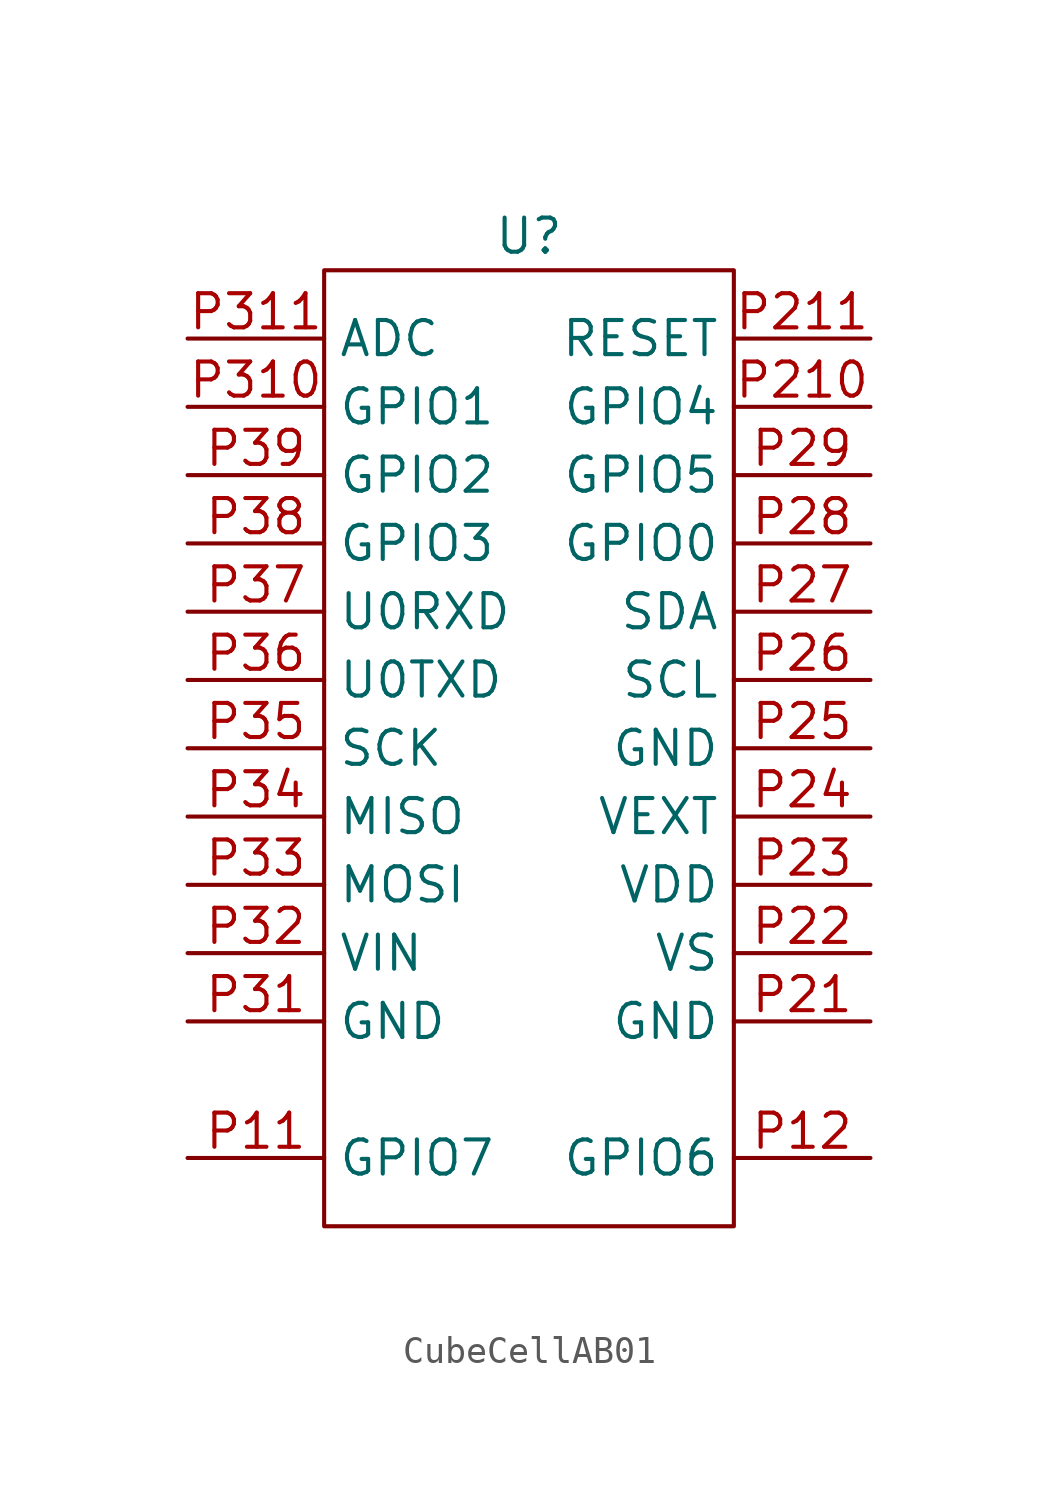
<source format=kicad_sym>
(kicad_symbol_lib
  (version 20220914)
  (generator kicad_symbol_editor)
  (symbol "CubeCellAB01"
    (property "Reference" "U"
      (at 7.62 0 0)
      (effects (font (size 1.27 1.27))))
    (property "Value" ""
      (at 0 0 0)
      (effects (font (size 1.27 1.27))))
    (symbol "CubeCellAB01_0_1"
      (rectangle (start 0 -1.27) (end 15.24 -36.83) (stroke (width 0) (type default)) (fill (type none))))
    (symbol "CubeCellAB01_1_1"
      (pin power_in line (at -5.08 -34.29 0) (length 5.08) (name "GPIO7" (effects (font (size 1.27 1.27)))) (number "P11" (effects (font (size 1.27 1.27)))))
      (pin power_in line (at 20.32 -34.29 180) (length 5.08) (name "GPIO6" (effects (font (size 1.27 1.27)))) (number "P12" (effects (font (size 1.27 1.27)))))
      (pin power_in line (at 20.32 -29.21 180) (length 5.08) (name "GND" (effects (font (size 1.27 1.27)))) (number "P21" (effects (font (size 1.27 1.27)))))
      (pin bidirectional line (at 20.32 -6.35 180) (length 5.08) (name "GPIO4" (effects (font (size 1.27 1.27)))) (number "P210" (effects (font (size 1.27 1.27)))))
      (pin input line (at 20.32 -3.81 180) (length 5.08) (name "RESET" (effects (font (size 1.27 1.27)))) (number "P211" (effects (font (size 1.27 1.27)))))
      (pin power_in line (at 20.32 -26.67 180) (length 5.08) (name "VS" (effects (font (size 1.27 1.27)))) (number "P22" (effects (font (size 1.27 1.27)))))
      (pin power_in line (at 20.32 -24.13 180) (length 5.08) (name "VDD" (effects (font (size 1.27 1.27)))) (number "P23" (effects (font (size 1.27 1.27)))))
      (pin power_in line (at 20.32 -21.59 180) (length 5.08) (name "VEXT" (effects (font (size 1.27 1.27)))) (number "P24" (effects (font (size 1.27 1.27)))))
      (pin power_in line (at 20.32 -19.05 180) (length 5.08) (name "GND" (effects (font (size 1.27 1.27)))) (number "P25" (effects (font (size 1.27 1.27)))))
      (pin bidirectional line (at 20.32 -16.51 180) (length 5.08) (name "SCL" (effects (font (size 1.27 1.27)))) (number "P26" (effects (font (size 1.27 1.27)))))
      (pin bidirectional line (at 20.32 -13.97 180) (length 5.08) (name "SDA" (effects (font (size 1.27 1.27)))) (number "P27" (effects (font (size 1.27 1.27)))))
      (pin bidirectional line (at 20.32 -11.43 180) (length 5.08) (name "GPIO0" (effects (font (size 1.27 1.27)))) (number "P28" (effects (font (size 1.27 1.27)))))
      (pin bidirectional line (at 20.32 -8.89 180) (length 5.08) (name "GPIO5" (effects (font (size 1.27 1.27)))) (number "P29" (effects (font (size 1.27 1.27)))))
      (pin power_in line (at -5.08 -29.21 0) (length 5.08) (name "GND" (effects (font (size 1.27 1.27)))) (number "P31" (effects (font (size 1.27 1.27)))))
      (pin bidirectional line (at -5.08 -6.35 0) (length 5.08) (name "GPIO1" (effects (font (size 1.27 1.27)))) (number "P310" (effects (font (size 1.27 1.27)))))
      (pin bidirectional line (at -5.08 -3.81 0) (length 5.08) (name "ADC" (effects (font (size 1.27 1.27)))) (number "P311" (effects (font (size 1.27 1.27)))))
      (pin power_in line (at -5.08 -26.67 0) (length 5.08) (name "VIN" (effects (font (size 1.27 1.27)))) (number "P32" (effects (font (size 1.27 1.27)))))
      (pin bidirectional line (at -5.08 -24.13 0) (length 5.08) (name "MOSI" (effects (font (size 1.27 1.27)))) (number "P33" (effects (font (size 1.27 1.27)))))
      (pin bidirectional line (at -5.08 -21.59 0) (length 5.08) (name "MISO" (effects (font (size 1.27 1.27)))) (number "P34" (effects (font (size 1.27 1.27)))))
      (pin bidirectional line (at -5.08 -19.05 0) (length 5.08) (name "SCK" (effects (font (size 1.27 1.27)))) (number "P35" (effects (font (size 1.27 1.27)))))
      (pin bidirectional line (at -5.08 -16.51 0) (length 5.08) (name "U0TXD" (effects (font (size 1.27 1.27)))) (number "P36" (effects (font (size 1.27 1.27)))))
      (pin bidirectional line (at -5.08 -13.97 0) (length 5.08) (name "U0RXD" (effects (font (size 1.27 1.27)))) (number "P37" (effects (font (size 1.27 1.27)))))
      (pin bidirectional line (at -5.08 -11.43 0) (length 5.08) (name "GPIO3" (effects (font (size 1.27 1.27)))) (number "P38" (effects (font (size 1.27 1.27)))))
      (pin bidirectional line (at -5.08 -8.89 0) (length 5.08) (name "GPIO2" (effects (font (size 1.27 1.27)))) (number "P39" (effects (font (size 1.27 1.27))))))))
</source>
